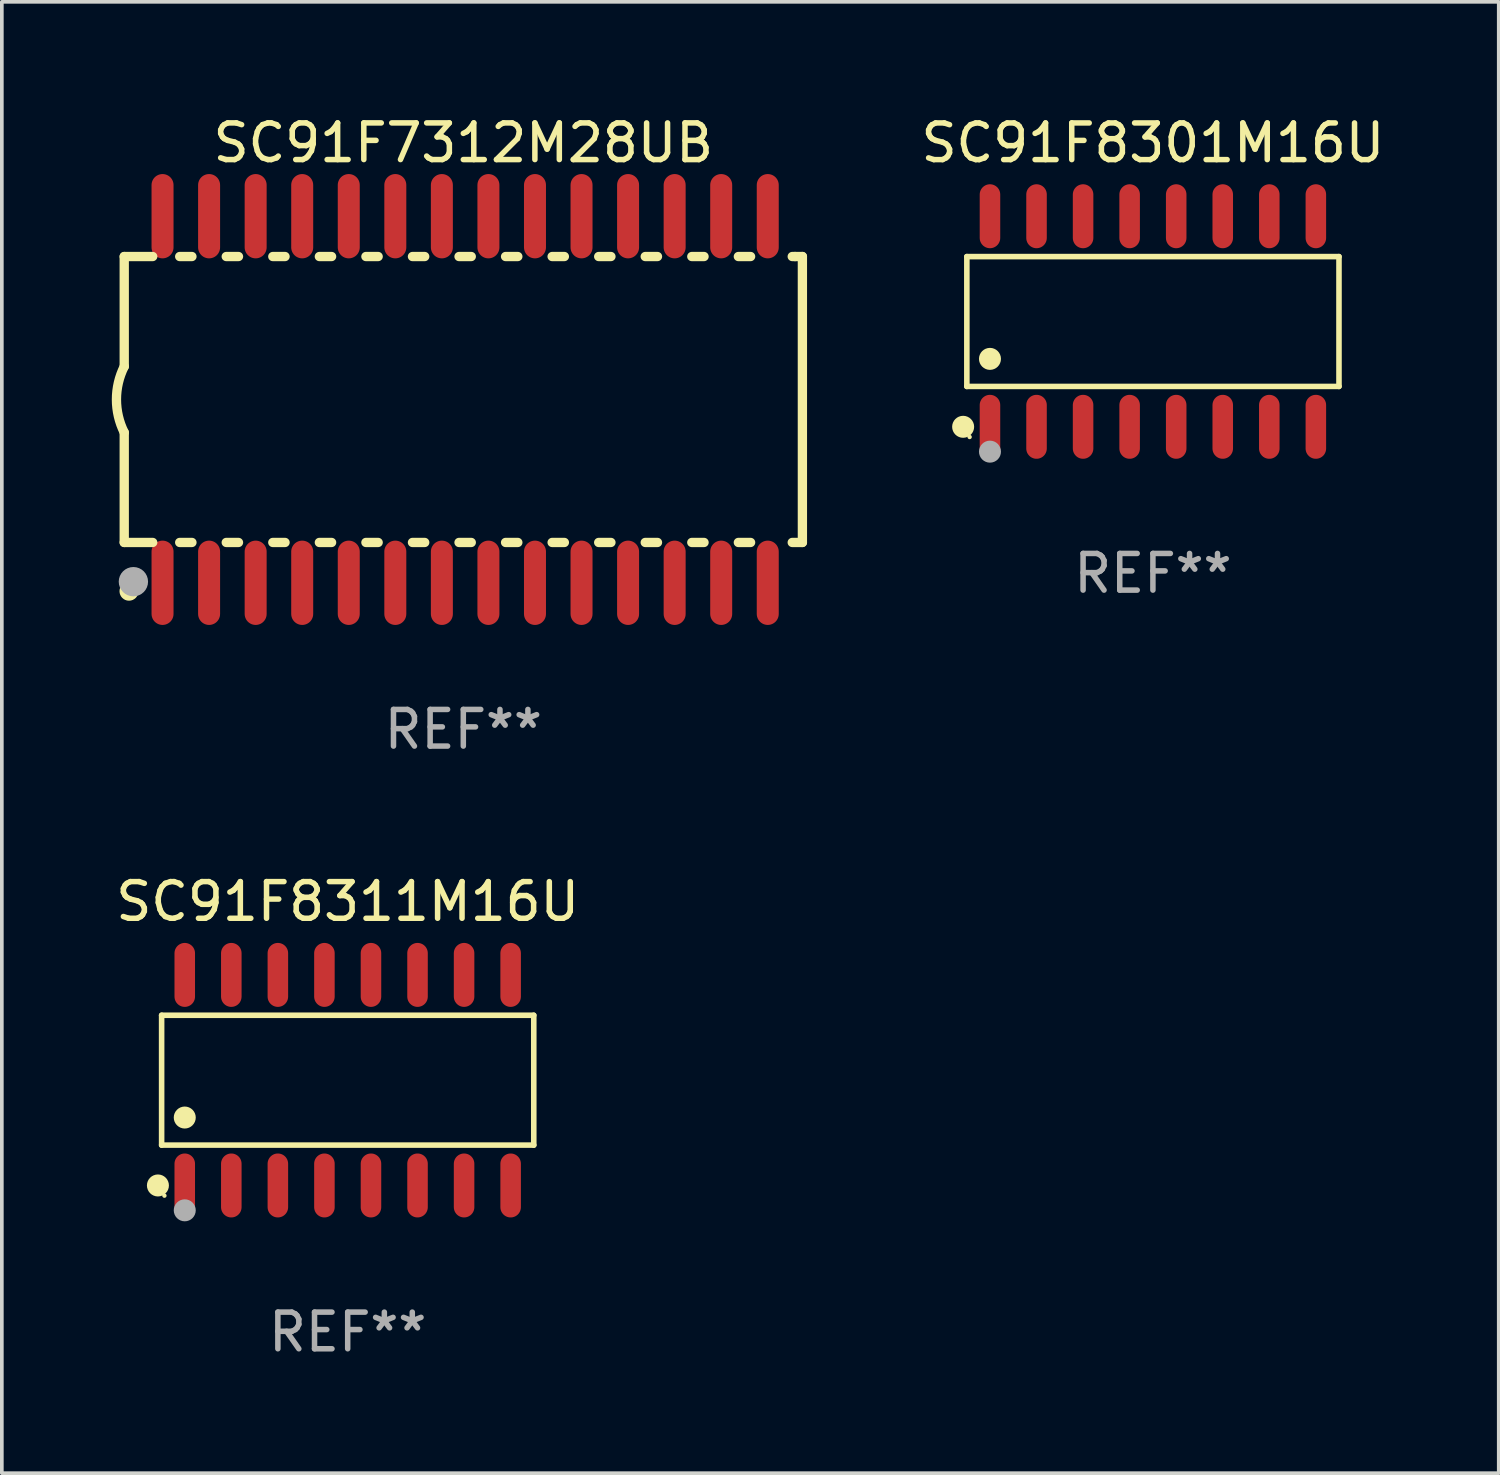
<source format=kicad_pcb>
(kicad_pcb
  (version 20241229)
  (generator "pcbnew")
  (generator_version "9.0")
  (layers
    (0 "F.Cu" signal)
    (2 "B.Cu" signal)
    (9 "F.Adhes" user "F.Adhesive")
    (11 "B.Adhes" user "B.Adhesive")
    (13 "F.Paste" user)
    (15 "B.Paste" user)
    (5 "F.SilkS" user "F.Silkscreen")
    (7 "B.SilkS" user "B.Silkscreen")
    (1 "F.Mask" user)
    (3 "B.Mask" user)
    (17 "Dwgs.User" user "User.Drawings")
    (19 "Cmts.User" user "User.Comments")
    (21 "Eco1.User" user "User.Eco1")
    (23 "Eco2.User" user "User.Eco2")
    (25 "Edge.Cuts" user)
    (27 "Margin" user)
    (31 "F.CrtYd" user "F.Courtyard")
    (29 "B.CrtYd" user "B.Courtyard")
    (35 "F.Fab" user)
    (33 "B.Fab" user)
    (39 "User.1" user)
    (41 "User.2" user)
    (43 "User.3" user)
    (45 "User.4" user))
  (footprint "SC91F8311M16U"
    (layer "F.Cu")
    (at 6.435 26.417)
    (property "Reference" "SC91F8311M16U" (at 0 -4.872 0) (layer "F.SilkS") (effects (font (size 1 1) (thickness 0.15))))
    (attr through_hole)
    (fp_line (start -5.076 -1.771) (end 5.076 -1.771) (stroke (width 0.152) (type solid)) (layer "F.SilkS"))
    (fp_line (start -5.076 1.771) (end -5.076 -1.771) (stroke (width 0.152) (type solid)) (layer "F.SilkS"))
    (fp_line (start 5.076 -1.771) (end 5.076 1.771) (stroke (width 0.152) (type solid)) (layer "F.SilkS"))
    (fp_line (start 5.076 1.771) (end -5.076 1.771) (stroke (width 0.152) (type solid)) (layer "F.SilkS"))
    (fp_circle (center -5.177 2.872) (end -5.027 2.872) (stroke (width 0.3) (type solid)) (fill no) (layer "F.SilkS"))
    (fp_circle (center -5 3.15) (end -4.97 3.15) (stroke (width 0.06) (type solid)) (fill no) (layer "F.SilkS"))
    (fp_circle (center -4.445 1.019) (end -4.295 1.019) (stroke (width 0.3) (type solid)) (fill no) (layer "F.SilkS"))
    (fp_circle (center -4.445 3.55) (end -4.295 3.55) (stroke (width 0.3) (type solid)) (fill no) (layer "F.Fab"))
    (fp_text user "REF**" (at 0 6.872 0) (layer "F.Fab") (effects (font (size 1 1) (thickness 0.15))))
    (pad "1" smd oval (at -4.445 2.872) (size 0.56 1.745) (layers "F.Cu" "F.Mask" "F.Paste"))
    (pad "2" smd oval (at -3.175 2.872) (size 0.56 1.745) (layers "F.Cu" "F.Mask" "F.Paste"))
    (pad "3" smd oval (at -1.905 2.872) (size 0.56 1.745) (layers "F.Cu" "F.Mask" "F.Paste"))
    (pad "4" smd oval (at -0.635 2.872) (size 0.56 1.745) (layers "F.Cu" "F.Mask" "F.Paste"))
    (pad "5" smd oval (at 0.635 2.872) (size 0.56 1.745) (layers "F.Cu" "F.Mask" "F.Paste"))
    (pad "6" smd oval (at 1.905 2.872) (size 0.56 1.745) (layers "F.Cu" "F.Mask" "F.Paste"))
    (pad "7" smd oval (at 3.175 2.872) (size 0.56 1.745) (layers "F.Cu" "F.Mask" "F.Paste"))
    (pad "8" smd oval (at 4.445 2.872) (size 0.56 1.745) (layers "F.Cu" "F.Mask" "F.Paste"))
    (pad "9" smd oval (at 4.445 -2.872) (size 0.56 1.745) (layers "F.Cu" "F.Mask" "F.Paste"))
    (pad "10" smd oval (at 3.175 -2.872) (size 0.56 1.745) (layers "F.Cu" "F.Mask" "F.Paste"))
    (pad "11" smd oval (at 1.905 -2.872) (size 0.56 1.745) (layers "F.Cu" "F.Mask" "F.Paste"))
    (pad "12" smd oval (at 0.635 -2.872) (size 0.56 1.745) (layers "F.Cu" "F.Mask" "F.Paste"))
    (pad "13" smd oval (at -0.635 -2.872) (size 0.56 1.745) (layers "F.Cu" "F.Mask" "F.Paste"))
    (pad "14" smd oval (at -1.905 -2.872) (size 0.56 1.745) (layers "F.Cu" "F.Mask" "F.Paste"))
    (pad "15" smd oval (at -3.175 -2.872) (size 0.56 1.745) (layers "F.Cu" "F.Mask" "F.Paste"))
    (pad "16" smd oval (at -4.445 -2.872) (size 0.56 1.745) (layers "F.Cu" "F.Mask" "F.Paste")))
  (footprint "SC91F8301M16U"
    (layer "F.Cu")
    (at 28.401 5.721)
    (property "Reference" "SC91F8301M16U" (at 0 -4.872 0) (layer "F.SilkS") (effects (font (size 1 1) (thickness 0.15))))
    (attr through_hole)
    (fp_line (start -5.076 -1.771) (end 5.076 -1.771) (stroke (width 0.152) (type solid)) (layer "F.SilkS"))
    (fp_line (start -5.076 1.771) (end -5.076 -1.771) (stroke (width 0.152) (type solid)) (layer "F.SilkS"))
    (fp_line (start 5.076 -1.771) (end 5.076 1.771) (stroke (width 0.152) (type solid)) (layer "F.SilkS"))
    (fp_line (start 5.076 1.771) (end -5.076 1.771) (stroke (width 0.152) (type solid)) (layer "F.SilkS"))
    (fp_circle (center -5.177 2.872) (end -5.027 2.872) (stroke (width 0.3) (type solid)) (fill no) (layer "F.SilkS"))
    (fp_circle (center -5 3.15) (end -4.97 3.15) (stroke (width 0.06) (type solid)) (fill no) (layer "F.SilkS"))
    (fp_circle (center -4.445 1.019) (end -4.295 1.019) (stroke (width 0.3) (type solid)) (fill no) (layer "F.SilkS"))
    (fp_circle (center -4.445 3.55) (end -4.295 3.55) (stroke (width 0.3) (type solid)) (fill no) (layer "F.Fab"))
    (fp_text user "REF**" (at 0 6.872 0) (layer "F.Fab") (effects (font (size 1 1) (thickness 0.15))))
    (pad "1" smd oval (at -4.445 2.872) (size 0.56 1.745) (layers "F.Cu" "F.Mask" "F.Paste"))
    (pad "2" smd oval (at -3.175 2.872) (size 0.56 1.745) (layers "F.Cu" "F.Mask" "F.Paste"))
    (pad "3" smd oval (at -1.905 2.872) (size 0.56 1.745) (layers "F.Cu" "F.Mask" "F.Paste"))
    (pad "4" smd oval (at -0.635 2.872) (size 0.56 1.745) (layers "F.Cu" "F.Mask" "F.Paste"))
    (pad "5" smd oval (at 0.635 2.872) (size 0.56 1.745) (layers "F.Cu" "F.Mask" "F.Paste"))
    (pad "6" smd oval (at 1.905 2.872) (size 0.56 1.745) (layers "F.Cu" "F.Mask" "F.Paste"))
    (pad "7" smd oval (at 3.175 2.872) (size 0.56 1.745) (layers "F.Cu" "F.Mask" "F.Paste"))
    (pad "8" smd oval (at 4.445 2.872) (size 0.56 1.745) (layers "F.Cu" "F.Mask" "F.Paste"))
    (pad "9" smd oval (at 4.445 -2.872) (size 0.56 1.745) (layers "F.Cu" "F.Mask" "F.Paste"))
    (pad "10" smd oval (at 3.175 -2.872) (size 0.56 1.745) (layers "F.Cu" "F.Mask" "F.Paste"))
    (pad "11" smd oval (at 1.905 -2.872) (size 0.56 1.745) (layers "F.Cu" "F.Mask" "F.Paste"))
    (pad "12" smd oval (at 0.635 -2.872) (size 0.56 1.745) (layers "F.Cu" "F.Mask" "F.Paste"))
    (pad "13" smd oval (at -0.635 -2.872) (size 0.56 1.745) (layers "F.Cu" "F.Mask" "F.Paste"))
    (pad "14" smd oval (at -1.905 -2.872) (size 0.56 1.745) (layers "F.Cu" "F.Mask" "F.Paste"))
    (pad "15" smd oval (at -3.175 -2.872) (size 0.56 1.745) (layers "F.Cu" "F.Mask" "F.Paste"))
    (pad "16" smd oval (at -4.445 -2.872) (size 0.56 1.745) (layers "F.Cu" "F.Mask" "F.Paste")))
  (footprint "SC91F7312M28UB"
    (layer "F.Cu")
    (at 9.589 7.848)
    (property "Reference" "SC91F7312M28UB" (at 0 -7 0) (layer "F.SilkS") (effects (font (size 1 1) (thickness 0.15))))
    (attr through_hole)
    (fp_line (start -9.25 -3.9) (end -9.25 -0.9) (stroke (width 0.254) (type solid)) (layer "F.SilkS"))
    (fp_line (start -9.25 -3.9) (end -8.473 -3.9) (stroke (width 0.254) (type solid)) (layer "F.SilkS"))
    (fp_line (start -9.25 3.9) (end -9.25 0.9) (stroke (width 0.254) (type solid)) (layer "F.SilkS"))
    (fp_line (start -9.25 3.9) (end -8.473 3.9) (stroke (width 0.254) (type solid)) (layer "F.SilkS"))
    (fp_line (start -7.737 -3.9) (end -7.403 -3.9) (stroke (width 0.254) (type solid)) (layer "F.SilkS"))
    (fp_line (start -7.737 3.9) (end -7.403 3.9) (stroke (width 0.254) (type solid)) (layer "F.SilkS"))
    (fp_line (start -6.467 3.9) (end -6.133 3.9) (stroke (width 0.254) (type solid)) (layer "F.SilkS"))
    (fp_line (start -6.467 -3.9) (end -6.133 -3.9) (stroke (width 0.254) (type solid)) (layer "F.SilkS"))
    (fp_line (start -5.197 3.9) (end -4.863 3.9) (stroke (width 0.254) (type solid)) (layer "F.SilkS"))
    (fp_line (start -5.197 -3.9) (end -4.863 -3.9) (stroke (width 0.254) (type solid)) (layer "F.SilkS"))
    (fp_line (start -3.927 3.9) (end -3.593 3.9) (stroke (width 0.254) (type solid)) (layer "F.SilkS"))
    (fp_line (start -3.927 -3.9) (end -3.593 -3.9) (stroke (width 0.254) (type solid)) (layer "F.SilkS"))
    (fp_line (start -2.657 3.9) (end -2.323 3.9) (stroke (width 0.254) (type solid)) (layer "F.SilkS"))
    (fp_line (start -2.657 -3.9) (end -2.323 -3.9) (stroke (width 0.254) (type solid)) (layer "F.SilkS"))
    (fp_line (start -1.387 3.9) (end -1.053 3.9) (stroke (width 0.254) (type solid)) (layer "F.SilkS"))
    (fp_line (start -1.387 -3.9) (end -1.053 -3.9) (stroke (width 0.254) (type solid)) (layer "F.SilkS"))
    (fp_line (start -0.117 3.9) (end 0.217 3.9) (stroke (width 0.254) (type solid)) (layer "F.SilkS"))
    (fp_line (start -0.117 -3.9) (end 0.217 -3.9) (stroke (width 0.254) (type solid)) (layer "F.SilkS"))
    (fp_line (start 1.153 3.9) (end 1.487 3.9) (stroke (width 0.254) (type solid)) (layer "F.SilkS"))
    (fp_line (start 1.153 -3.9) (end 1.487 -3.9) (stroke (width 0.254) (type solid)) (layer "F.SilkS"))
    (fp_line (start 2.423 3.9) (end 2.757 3.9) (stroke (width 0.254) (type solid)) (layer "F.SilkS"))
    (fp_line (start 2.423 -3.9) (end 2.757 -3.9) (stroke (width 0.254) (type solid)) (layer "F.SilkS"))
    (fp_line (start 3.693 3.9) (end 4.027 3.9) (stroke (width 0.254) (type solid)) (layer "F.SilkS"))
    (fp_line (start 3.693 -3.9) (end 4.027 -3.9) (stroke (width 0.254) (type solid)) (layer "F.SilkS"))
    (fp_line (start 4.963 3.9) (end 5.297 3.9) (stroke (width 0.254) (type solid)) (layer "F.SilkS"))
    (fp_line (start 4.963 -3.9) (end 5.297 -3.9) (stroke (width 0.254) (type solid)) (layer "F.SilkS"))
    (fp_line (start 6.233 3.9) (end 6.567 3.9) (stroke (width 0.254) (type solid)) (layer "F.SilkS"))
    (fp_line (start 6.233 -3.9) (end 6.567 -3.9) (stroke (width 0.254) (type solid)) (layer "F.SilkS"))
    (fp_line (start 7.503 -3.9) (end 7.837 -3.9) (stroke (width 0.254) (type solid)) (layer "F.SilkS"))
    (fp_line (start 7.503 3.9) (end 7.837 3.9) (stroke (width 0.254) (type solid)) (layer "F.SilkS"))
    (fp_line (start 8.973 -3.9) (end 9.05 -3.9) (stroke (width 0.254) (type solid)) (layer "F.SilkS"))
    (fp_line (start 8.973 3.9) (end 9.25 3.9) (stroke (width 0.254) (type solid)) (layer "F.SilkS"))
    (fp_line (start 9.05 -3.9) (end 9.25 -3.9) (stroke (width 0.254) (type solid)) (layer "F.SilkS"))
    (fp_line (start 9.25 -3.9) (end 9.25 3.9) (stroke (width 0.254) (type solid)) (layer "F.SilkS"))
    (fp_arc (start -9.249619 0.900432) (mid -9.462013 0.000246) (end -9.249873 -0.9) (stroke (width 0.254001) (type solid)) (layer "F.SilkS"))
    (fp_circle (center -9.2 5.3) (end -9.17 5.3) (stroke (width 0.06) (type solid)) (fill no) (layer "F.SilkS"))
    (fp_circle (center -9.12 5.23) (end -8.988 5.23) (stroke (width 0.254) (type solid)) (fill no) (layer "F.SilkS"))
    (fp_circle (center -9 4.97) (end -8.8 4.97) (stroke (width 0.4) (type solid)) (fill no) (layer "F.Fab"))
    (fp_text user "REF**" (at 0 9 0) (layer "F.Fab") (effects (font (size 1 1) (thickness 0.15))))
    (pad "1" smd oval (at -8.205 5) (size 0.6 2.3) (layers "F.Cu" "F.Mask" "F.Paste"))
    (pad "2" smd oval (at -6.935 5) (size 0.6 2.3) (layers "F.Cu" "F.Mask" "F.Paste"))
    (pad "3" smd oval (at -5.665 5) (size 0.6 2.3) (layers "F.Cu" "F.Mask" "F.Paste"))
    (pad "4" smd oval (at -4.395 5) (size 0.6 2.3) (layers "F.Cu" "F.Mask" "F.Paste"))
    (pad "5" smd oval (at -3.125 5) (size 0.6 2.3) (layers "F.Cu" "F.Mask" "F.Paste"))
    (pad "6" smd oval (at -1.855 5) (size 0.6 2.3) (layers "F.Cu" "F.Mask" "F.Paste"))
    (pad "7" smd oval (at -0.585 5) (size 0.6 2.3) (layers "F.Cu" "F.Mask" "F.Paste"))
    (pad "8" smd oval (at 0.685 5) (size 0.6 2.3) (layers "F.Cu" "F.Mask" "F.Paste"))
    (pad "9" smd oval (at 1.955 5) (size 0.6 2.3) (layers "F.Cu" "F.Mask" "F.Paste"))
    (pad "10" smd oval (at 3.225 5) (size 0.6 2.3) (layers "F.Cu" "F.Mask" "F.Paste"))
    (pad "11" smd oval (at 4.495 5) (size 0.6 2.3) (layers "F.Cu" "F.Mask" "F.Paste"))
    (pad "12" smd oval (at 5.765 5) (size 0.6 2.3) (layers "F.Cu" "F.Mask" "F.Paste"))
    (pad "13" smd oval (at 7.035 5) (size 0.6 2.3) (layers "F.Cu" "F.Mask" "F.Paste"))
    (pad "14" smd oval (at 8.305 5) (size 0.6 2.3) (layers "F.Cu" "F.Mask" "F.Paste"))
    (pad "15" smd oval (at 8.305 -5) (size 0.6 2.3) (layers "F.Cu" "F.Mask" "F.Paste"))
    (pad "16" smd oval (at 7.035 -5) (size 0.6 2.3) (layers "F.Cu" "F.Mask" "F.Paste"))
    (pad "17" smd oval (at 5.765 -5) (size 0.6 2.3) (layers "F.Cu" "F.Mask" "F.Paste"))
    (pad "18" smd oval (at 4.495 -5) (size 0.6 2.3) (layers "F.Cu" "F.Mask" "F.Paste"))
    (pad "19" smd oval (at 3.225 -5) (size 0.6 2.3) (layers "F.Cu" "F.Mask" "F.Paste"))
    (pad "20" smd oval (at 1.955 -5) (size 0.6 2.3) (layers "F.Cu" "F.Mask" "F.Paste"))
    (pad "21" smd oval (at 0.685 -5) (size 0.6 2.3) (layers "F.Cu" "F.Mask" "F.Paste"))
    (pad "22" smd oval (at -0.585 -5) (size 0.6 2.3) (layers "F.Cu" "F.Mask" "F.Paste"))
    (pad "23" smd oval (at -1.855 -5) (size 0.6 2.3) (layers "F.Cu" "F.Mask" "F.Paste"))
    (pad "24" smd oval (at -3.125 -5) (size 0.6 2.3) (layers "F.Cu" "F.Mask" "F.Paste"))
    (pad "25" smd oval (at -4.395 -5) (size 0.6 2.3) (layers "F.Cu" "F.Mask" "F.Paste"))
    (pad "26" smd oval (at -5.665 -5) (size 0.6 2.3) (layers "F.Cu" "F.Mask" "F.Paste"))
    (pad "27" smd oval (at -6.935 -5) (size 0.6 2.3) (layers "F.Cu" "F.Mask" "F.Paste"))
    (pad "28" smd oval (at -8.205 -5) (size 0.6 2.3) (layers "F.Cu" "F.Mask" "F.Paste")))
  (gr_rect
    (start -3 -3)
    (end 37.835 37.138)
    (stroke (width 0.1) (type default))
    (fill no)
    (layer "Edge.Cuts")))
</source>
